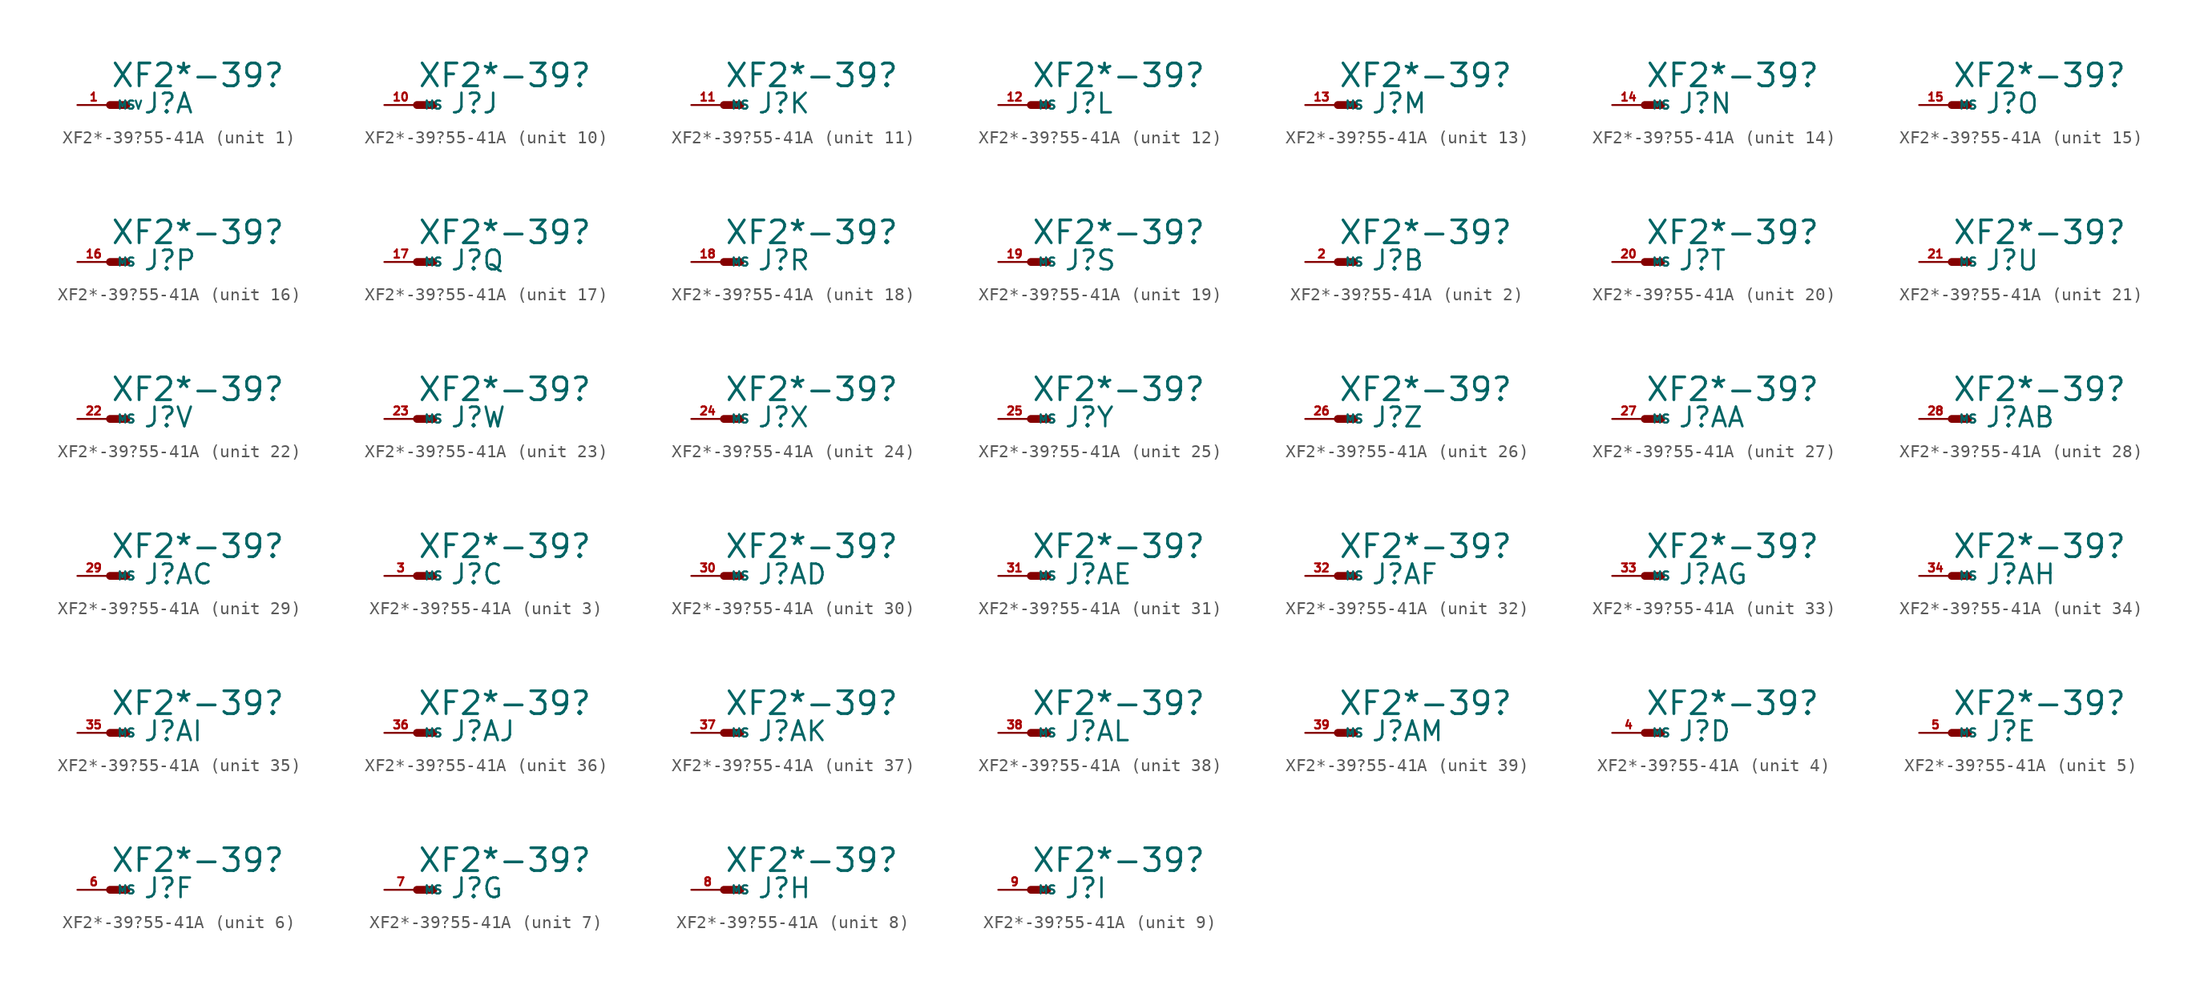
<source format=kicad_sym>
(kicad_symbol_lib
  (version 20220914)
  (generator Eagle2Kicad)
  (symbol "XF2*-39?55-41A"
    (property "Reference" "J"
      (at 2.54 -0.762 0)
      (effects (font (size 1.524 1.524) (thickness 0.19)) (justify left bottom)))
    (property "Value" "XF2*-39?"
      (at 0 1.27 0)
      (effects (font (size 1.778 1.778) (thickness 0.22)) (justify left bottom)))
    (symbol "XF2*-39?55-41A_1_0"
      (polyline (pts (xy 0 0) (xy 1.27 0)) (stroke (width 0.61) (type default)) (fill (type none)))
      (pin passive line (at -2.54 0 0) (length 2.54) (name "MSV" (effects (font (size 0.635 0.635) (thickness 0.08)) (justify left bottom))) (number "1" (effects (font (size 0.635 0.635) (thickness 0.08)) (justify left bottom)))))
    (symbol "XF2*-39?55-41A_2_0"
      (polyline (pts (xy 0 0) (xy 1.27 0)) (stroke (width 0.61) (type default)) (fill (type none)))
      (pin passive line (at -2.54 0 0) (length 2.54) (name "MS" (effects (font (size 0.635 0.635) (thickness 0.08)) (justify left bottom))) (number "2" (effects (font (size 0.635 0.635) (thickness 0.08)) (justify left bottom)))))
    (symbol "XF2*-39?55-41A_3_0"
      (polyline (pts (xy 0 0) (xy 1.27 0)) (stroke (width 0.61) (type default)) (fill (type none)))
      (pin passive line (at -2.54 0 0) (length 2.54) (name "MS" (effects (font (size 0.635 0.635) (thickness 0.08)) (justify left bottom))) (number "3" (effects (font (size 0.635 0.635) (thickness 0.08)) (justify left bottom)))))
    (symbol "XF2*-39?55-41A_4_0"
      (polyline (pts (xy 0 0) (xy 1.27 0)) (stroke (width 0.61) (type default)) (fill (type none)))
      (pin passive line (at -2.54 0 0) (length 2.54) (name "MS" (effects (font (size 0.635 0.635) (thickness 0.08)) (justify left bottom))) (number "4" (effects (font (size 0.635 0.635) (thickness 0.08)) (justify left bottom)))))
    (symbol "XF2*-39?55-41A_5_0"
      (polyline (pts (xy 0 0) (xy 1.27 0)) (stroke (width 0.61) (type default)) (fill (type none)))
      (pin passive line (at -2.54 0 0) (length 2.54) (name "MS" (effects (font (size 0.635 0.635) (thickness 0.08)) (justify left bottom))) (number "5" (effects (font (size 0.635 0.635) (thickness 0.08)) (justify left bottom)))))
    (symbol "XF2*-39?55-41A_6_0"
      (polyline (pts (xy 0 0) (xy 1.27 0)) (stroke (width 0.61) (type default)) (fill (type none)))
      (pin passive line (at -2.54 0 0) (length 2.54) (name "MS" (effects (font (size 0.635 0.635) (thickness 0.08)) (justify left bottom))) (number "6" (effects (font (size 0.635 0.635) (thickness 0.08)) (justify left bottom)))))
    (symbol "XF2*-39?55-41A_7_0"
      (polyline (pts (xy 0 0) (xy 1.27 0)) (stroke (width 0.61) (type default)) (fill (type none)))
      (pin passive line (at -2.54 0 0) (length 2.54) (name "MS" (effects (font (size 0.635 0.635) (thickness 0.08)) (justify left bottom))) (number "7" (effects (font (size 0.635 0.635) (thickness 0.08)) (justify left bottom)))))
    (symbol "XF2*-39?55-41A_8_0"
      (polyline (pts (xy 0 0) (xy 1.27 0)) (stroke (width 0.61) (type default)) (fill (type none)))
      (pin passive line (at -2.54 0 0) (length 2.54) (name "MS" (effects (font (size 0.635 0.635) (thickness 0.08)) (justify left bottom))) (number "8" (effects (font (size 0.635 0.635) (thickness 0.08)) (justify left bottom)))))
    (symbol "XF2*-39?55-41A_9_0"
      (polyline (pts (xy 0 0) (xy 1.27 0)) (stroke (width 0.61) (type default)) (fill (type none)))
      (pin passive line (at -2.54 0 0) (length 2.54) (name "MS" (effects (font (size 0.635 0.635) (thickness 0.08)) (justify left bottom))) (number "9" (effects (font (size 0.635 0.635) (thickness 0.08)) (justify left bottom)))))
    (symbol "XF2*-39?55-41A_10_0"
      (polyline (pts (xy 0 0) (xy 1.27 0)) (stroke (width 0.61) (type default)) (fill (type none)))
      (pin passive line (at -2.54 0 0) (length 2.54) (name "MS" (effects (font (size 0.635 0.635) (thickness 0.08)) (justify left bottom))) (number "10" (effects (font (size 0.635 0.635) (thickness 0.08)) (justify left bottom)))))
    (symbol "XF2*-39?55-41A_11_0"
      (polyline (pts (xy 0 0) (xy 1.27 0)) (stroke (width 0.61) (type default)) (fill (type none)))
      (pin passive line (at -2.54 0 0) (length 2.54) (name "MS" (effects (font (size 0.635 0.635) (thickness 0.08)) (justify left bottom))) (number "11" (effects (font (size 0.635 0.635) (thickness 0.08)) (justify left bottom)))))
    (symbol "XF2*-39?55-41A_12_0"
      (polyline (pts (xy 0 0) (xy 1.27 0)) (stroke (width 0.61) (type default)) (fill (type none)))
      (pin passive line (at -2.54 0 0) (length 2.54) (name "MS" (effects (font (size 0.635 0.635) (thickness 0.08)) (justify left bottom))) (number "12" (effects (font (size 0.635 0.635) (thickness 0.08)) (justify left bottom)))))
    (symbol "XF2*-39?55-41A_13_0"
      (polyline (pts (xy 0 0) (xy 1.27 0)) (stroke (width 0.61) (type default)) (fill (type none)))
      (pin passive line (at -2.54 0 0) (length 2.54) (name "MS" (effects (font (size 0.635 0.635) (thickness 0.08)) (justify left bottom))) (number "13" (effects (font (size 0.635 0.635) (thickness 0.08)) (justify left bottom)))))
    (symbol "XF2*-39?55-41A_14_0"
      (polyline (pts (xy 0 0) (xy 1.27 0)) (stroke (width 0.61) (type default)) (fill (type none)))
      (pin passive line (at -2.54 0 0) (length 2.54) (name "MS" (effects (font (size 0.635 0.635) (thickness 0.08)) (justify left bottom))) (number "14" (effects (font (size 0.635 0.635) (thickness 0.08)) (justify left bottom)))))
    (symbol "XF2*-39?55-41A_15_0"
      (polyline (pts (xy 0 0) (xy 1.27 0)) (stroke (width 0.61) (type default)) (fill (type none)))
      (pin passive line (at -2.54 0 0) (length 2.54) (name "MS" (effects (font (size 0.635 0.635) (thickness 0.08)) (justify left bottom))) (number "15" (effects (font (size 0.635 0.635) (thickness 0.08)) (justify left bottom)))))
    (symbol "XF2*-39?55-41A_16_0"
      (polyline (pts (xy 0 0) (xy 1.27 0)) (stroke (width 0.61) (type default)) (fill (type none)))
      (pin passive line (at -2.54 0 0) (length 2.54) (name "MS" (effects (font (size 0.635 0.635) (thickness 0.08)) (justify left bottom))) (number "16" (effects (font (size 0.635 0.635) (thickness 0.08)) (justify left bottom)))))
    (symbol "XF2*-39?55-41A_17_0"
      (polyline (pts (xy 0 0) (xy 1.27 0)) (stroke (width 0.61) (type default)) (fill (type none)))
      (pin passive line (at -2.54 0 0) (length 2.54) (name "MS" (effects (font (size 0.635 0.635) (thickness 0.08)) (justify left bottom))) (number "17" (effects (font (size 0.635 0.635) (thickness 0.08)) (justify left bottom)))))
    (symbol "XF2*-39?55-41A_18_0"
      (polyline (pts (xy 0 0) (xy 1.27 0)) (stroke (width 0.61) (type default)) (fill (type none)))
      (pin passive line (at -2.54 0 0) (length 2.54) (name "MS" (effects (font (size 0.635 0.635) (thickness 0.08)) (justify left bottom))) (number "18" (effects (font (size 0.635 0.635) (thickness 0.08)) (justify left bottom)))))
    (symbol "XF2*-39?55-41A_19_0"
      (polyline (pts (xy 0 0) (xy 1.27 0)) (stroke (width 0.61) (type default)) (fill (type none)))
      (pin passive line (at -2.54 0 0) (length 2.54) (name "MS" (effects (font (size 0.635 0.635) (thickness 0.08)) (justify left bottom))) (number "19" (effects (font (size 0.635 0.635) (thickness 0.08)) (justify left bottom)))))
    (symbol "XF2*-39?55-41A_20_0"
      (polyline (pts (xy 0 0) (xy 1.27 0)) (stroke (width 0.61) (type default)) (fill (type none)))
      (pin passive line (at -2.54 0 0) (length 2.54) (name "MS" (effects (font (size 0.635 0.635) (thickness 0.08)) (justify left bottom))) (number "20" (effects (font (size 0.635 0.635) (thickness 0.08)) (justify left bottom)))))
    (symbol "XF2*-39?55-41A_21_0"
      (polyline (pts (xy 0 0) (xy 1.27 0)) (stroke (width 0.61) (type default)) (fill (type none)))
      (pin passive line (at -2.54 0 0) (length 2.54) (name "MS" (effects (font (size 0.635 0.635) (thickness 0.08)) (justify left bottom))) (number "21" (effects (font (size 0.635 0.635) (thickness 0.08)) (justify left bottom)))))
    (symbol "XF2*-39?55-41A_22_0"
      (polyline (pts (xy 0 0) (xy 1.27 0)) (stroke (width 0.61) (type default)) (fill (type none)))
      (pin passive line (at -2.54 0 0) (length 2.54) (name "MS" (effects (font (size 0.635 0.635) (thickness 0.08)) (justify left bottom))) (number "22" (effects (font (size 0.635 0.635) (thickness 0.08)) (justify left bottom)))))
    (symbol "XF2*-39?55-41A_23_0"
      (polyline (pts (xy 0 0) (xy 1.27 0)) (stroke (width 0.61) (type default)) (fill (type none)))
      (pin passive line (at -2.54 0 0) (length 2.54) (name "MS" (effects (font (size 0.635 0.635) (thickness 0.08)) (justify left bottom))) (number "23" (effects (font (size 0.635 0.635) (thickness 0.08)) (justify left bottom)))))
    (symbol "XF2*-39?55-41A_24_0"
      (polyline (pts (xy 0 0) (xy 1.27 0)) (stroke (width 0.61) (type default)) (fill (type none)))
      (pin passive line (at -2.54 0 0) (length 2.54) (name "MS" (effects (font (size 0.635 0.635) (thickness 0.08)) (justify left bottom))) (number "24" (effects (font (size 0.635 0.635) (thickness 0.08)) (justify left bottom)))))
    (symbol "XF2*-39?55-41A_25_0"
      (polyline (pts (xy 0 0) (xy 1.27 0)) (stroke (width 0.61) (type default)) (fill (type none)))
      (pin passive line (at -2.54 0 0) (length 2.54) (name "MS" (effects (font (size 0.635 0.635) (thickness 0.08)) (justify left bottom))) (number "25" (effects (font (size 0.635 0.635) (thickness 0.08)) (justify left bottom)))))
    (symbol "XF2*-39?55-41A_26_0"
      (polyline (pts (xy 0 0) (xy 1.27 0)) (stroke (width 0.61) (type default)) (fill (type none)))
      (pin passive line (at -2.54 0 0) (length 2.54) (name "MS" (effects (font (size 0.635 0.635) (thickness 0.08)) (justify left bottom))) (number "26" (effects (font (size 0.635 0.635) (thickness 0.08)) (justify left bottom)))))
    (symbol "XF2*-39?55-41A_27_0"
      (polyline (pts (xy 0 0) (xy 1.27 0)) (stroke (width 0.61) (type default)) (fill (type none)))
      (pin passive line (at -2.54 0 0) (length 2.54) (name "MS" (effects (font (size 0.635 0.635) (thickness 0.08)) (justify left bottom))) (number "27" (effects (font (size 0.635 0.635) (thickness 0.08)) (justify left bottom)))))
    (symbol "XF2*-39?55-41A_28_0"
      (polyline (pts (xy 0 0) (xy 1.27 0)) (stroke (width 0.61) (type default)) (fill (type none)))
      (pin passive line (at -2.54 0 0) (length 2.54) (name "MS" (effects (font (size 0.635 0.635) (thickness 0.08)) (justify left bottom))) (number "28" (effects (font (size 0.635 0.635) (thickness 0.08)) (justify left bottom)))))
    (symbol "XF2*-39?55-41A_29_0"
      (polyline (pts (xy 0 0) (xy 1.27 0)) (stroke (width 0.61) (type default)) (fill (type none)))
      (pin passive line (at -2.54 0 0) (length 2.54) (name "MS" (effects (font (size 0.635 0.635) (thickness 0.08)) (justify left bottom))) (number "29" (effects (font (size 0.635 0.635) (thickness 0.08)) (justify left bottom)))))
    (symbol "XF2*-39?55-41A_30_0"
      (polyline (pts (xy 0 0) (xy 1.27 0)) (stroke (width 0.61) (type default)) (fill (type none)))
      (pin passive line (at -2.54 0 0) (length 2.54) (name "MS" (effects (font (size 0.635 0.635) (thickness 0.08)) (justify left bottom))) (number "30" (effects (font (size 0.635 0.635) (thickness 0.08)) (justify left bottom)))))
    (symbol "XF2*-39?55-41A_31_0"
      (polyline (pts (xy 0 0) (xy 1.27 0)) (stroke (width 0.61) (type default)) (fill (type none)))
      (pin passive line (at -2.54 0 0) (length 2.54) (name "MS" (effects (font (size 0.635 0.635) (thickness 0.08)) (justify left bottom))) (number "31" (effects (font (size 0.635 0.635) (thickness 0.08)) (justify left bottom)))))
    (symbol "XF2*-39?55-41A_32_0"
      (polyline (pts (xy 0 0) (xy 1.27 0)) (stroke (width 0.61) (type default)) (fill (type none)))
      (pin passive line (at -2.54 0 0) (length 2.54) (name "MS" (effects (font (size 0.635 0.635) (thickness 0.08)) (justify left bottom))) (number "32" (effects (font (size 0.635 0.635) (thickness 0.08)) (justify left bottom)))))
    (symbol "XF2*-39?55-41A_33_0"
      (polyline (pts (xy 0 0) (xy 1.27 0)) (stroke (width 0.61) (type default)) (fill (type none)))
      (pin passive line (at -2.54 0 0) (length 2.54) (name "MS" (effects (font (size 0.635 0.635) (thickness 0.08)) (justify left bottom))) (number "33" (effects (font (size 0.635 0.635) (thickness 0.08)) (justify left bottom)))))
    (symbol "XF2*-39?55-41A_34_0"
      (polyline (pts (xy 0 0) (xy 1.27 0)) (stroke (width 0.61) (type default)) (fill (type none)))
      (pin passive line (at -2.54 0 0) (length 2.54) (name "MS" (effects (font (size 0.635 0.635) (thickness 0.08)) (justify left bottom))) (number "34" (effects (font (size 0.635 0.635) (thickness 0.08)) (justify left bottom)))))
    (symbol "XF2*-39?55-41A_35_0"
      (polyline (pts (xy 0 0) (xy 1.27 0)) (stroke (width 0.61) (type default)) (fill (type none)))
      (pin passive line (at -2.54 0 0) (length 2.54) (name "MS" (effects (font (size 0.635 0.635) (thickness 0.08)) (justify left bottom))) (number "35" (effects (font (size 0.635 0.635) (thickness 0.08)) (justify left bottom)))))
    (symbol "XF2*-39?55-41A_36_0"
      (polyline (pts (xy 0 0) (xy 1.27 0)) (stroke (width 0.61) (type default)) (fill (type none)))
      (pin passive line (at -2.54 0 0) (length 2.54) (name "MS" (effects (font (size 0.635 0.635) (thickness 0.08)) (justify left bottom))) (number "36" (effects (font (size 0.635 0.635) (thickness 0.08)) (justify left bottom)))))
    (symbol "XF2*-39?55-41A_37_0"
      (polyline (pts (xy 0 0) (xy 1.27 0)) (stroke (width 0.61) (type default)) (fill (type none)))
      (pin passive line (at -2.54 0 0) (length 2.54) (name "MS" (effects (font (size 0.635 0.635) (thickness 0.08)) (justify left bottom))) (number "37" (effects (font (size 0.635 0.635) (thickness 0.08)) (justify left bottom)))))
    (symbol "XF2*-39?55-41A_38_0"
      (polyline (pts (xy 0 0) (xy 1.27 0)) (stroke (width 0.61) (type default)) (fill (type none)))
      (pin passive line (at -2.54 0 0) (length 2.54) (name "MS" (effects (font (size 0.635 0.635) (thickness 0.08)) (justify left bottom))) (number "38" (effects (font (size 0.635 0.635) (thickness 0.08)) (justify left bottom)))))
    (symbol "XF2*-39?55-41A_39_0"
      (polyline (pts (xy 0 0) (xy 1.27 0)) (stroke (width 0.61) (type default)) (fill (type none)))
      (pin passive line (at -2.54 0 0) (length 2.54) (name "MS" (effects (font (size 0.635 0.635) (thickness 0.08)) (justify left bottom))) (number "39" (effects (font (size 0.635 0.635) (thickness 0.08)) (justify left bottom)))))))
</source>
